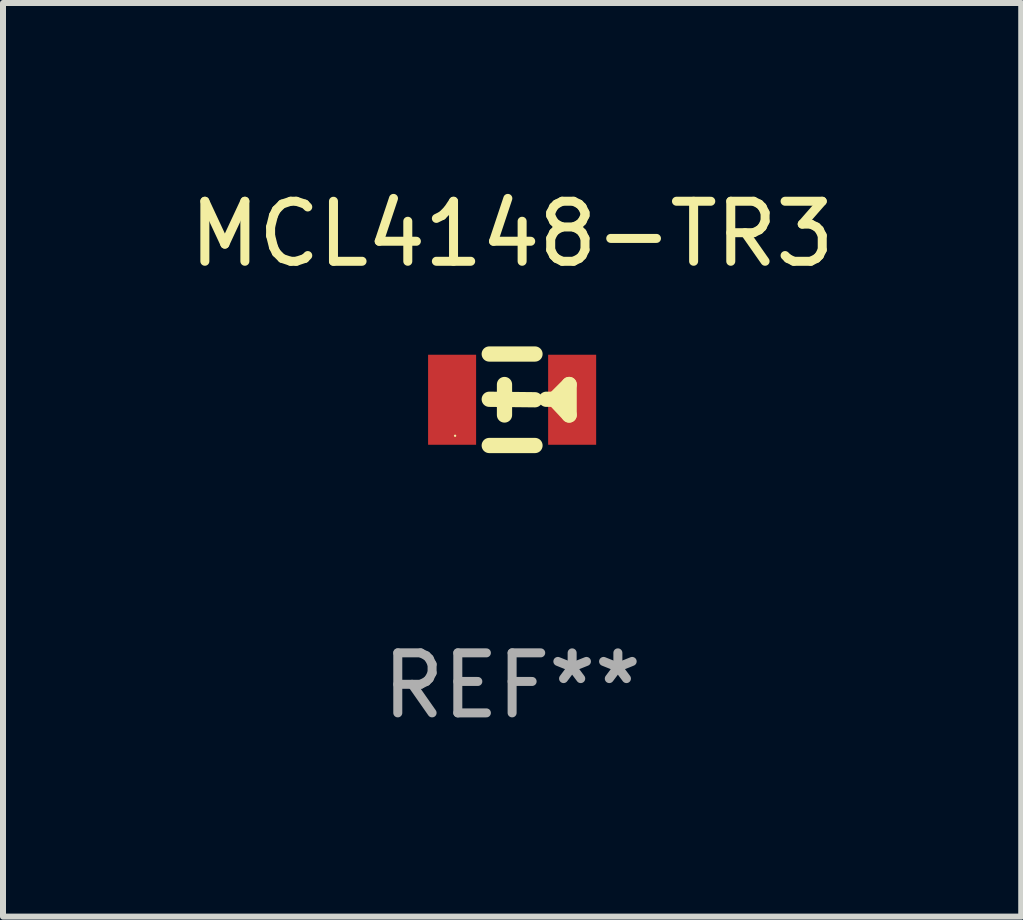
<source format=kicad_pcb>
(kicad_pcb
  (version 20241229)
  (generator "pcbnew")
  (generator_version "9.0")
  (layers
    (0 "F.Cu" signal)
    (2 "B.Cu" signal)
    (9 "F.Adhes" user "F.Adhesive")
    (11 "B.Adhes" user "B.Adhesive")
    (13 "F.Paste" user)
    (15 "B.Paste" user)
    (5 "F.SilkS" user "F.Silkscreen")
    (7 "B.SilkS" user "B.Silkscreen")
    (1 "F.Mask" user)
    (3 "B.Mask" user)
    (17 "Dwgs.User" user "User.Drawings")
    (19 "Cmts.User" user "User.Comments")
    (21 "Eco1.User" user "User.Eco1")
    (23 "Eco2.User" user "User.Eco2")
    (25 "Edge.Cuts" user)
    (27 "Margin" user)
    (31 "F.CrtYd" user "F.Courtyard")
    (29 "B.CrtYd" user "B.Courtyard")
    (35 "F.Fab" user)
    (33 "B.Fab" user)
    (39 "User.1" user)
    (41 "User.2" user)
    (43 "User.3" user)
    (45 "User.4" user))
  (footprint "MCL4148-TR3"
    (layer "F.Cu")
    (at 5.482 3.61)
    (property "Reference" "MCL4148-TR3" (at 0 -2.762 0) (layer "F.SilkS") (effects (font (size 1 1) (thickness 0.15))))
    (attr through_hole)
    (fp_line (start -0.381 -0.762) (end 0.381 -0.762) (stroke (width 0.254) (type solid)) (layer "F.SilkS"))
    (fp_line (start -0.381 0.762) (end 0.381 0.762) (stroke (width 0.254) (type solid)) (layer "F.SilkS"))
    (fp_line (start -0.127 -0.254) (end -0.127 0.254) (stroke (width 0.254) (type solid)) (layer "F.SilkS"))
    (fp_line (start 0.381 0) (end -0.381 -0.008) (stroke (width 0.254) (type solid)) (layer "F.SilkS"))
    (fp_line (start 0.569 -0.008) (end 0.704 -0.008) (stroke (width 0.254) (type solid)) (layer "F.SilkS"))
    (fp_line (start 0.704 -0.008) (end 0.95 -0.254) (stroke (width 0.254) (type solid)) (layer "F.SilkS"))
    (fp_line (start 0.95 -0.254) (end 0.95 0.254) (stroke (width 0.254) (type solid)) (layer "F.SilkS"))
    (fp_line (start 0.95 0.254) (end 0.704 -0.008) (stroke (width 0.254) (type solid)) (layer "F.SilkS"))
    (fp_circle (center -0.95 0.6) (end -0.94 0.6) (stroke (width 0.02) (type solid)) (fill no) (layer "F.SilkS"))
    (fp_text user "REF**" (at 0 4.762 0) (layer "F.Fab") (effects (font (size 1 1) (thickness 0.15))))
    (pad "1" smd rect (at -1 0) (size 0.8 1.5) (layers "F.Cu" "F.Mask" "F.Paste"))
    (pad "2" smd rect (at 1 0) (size 0.8 1.5) (layers "F.Cu" "F.Mask" "F.Paste")))
  (gr_rect
    (start -3 -3)
    (end 13.964 12.221)
    (stroke (width 0.1) (type default))
    (fill no)
    (layer "Edge.Cuts")))
</source>
